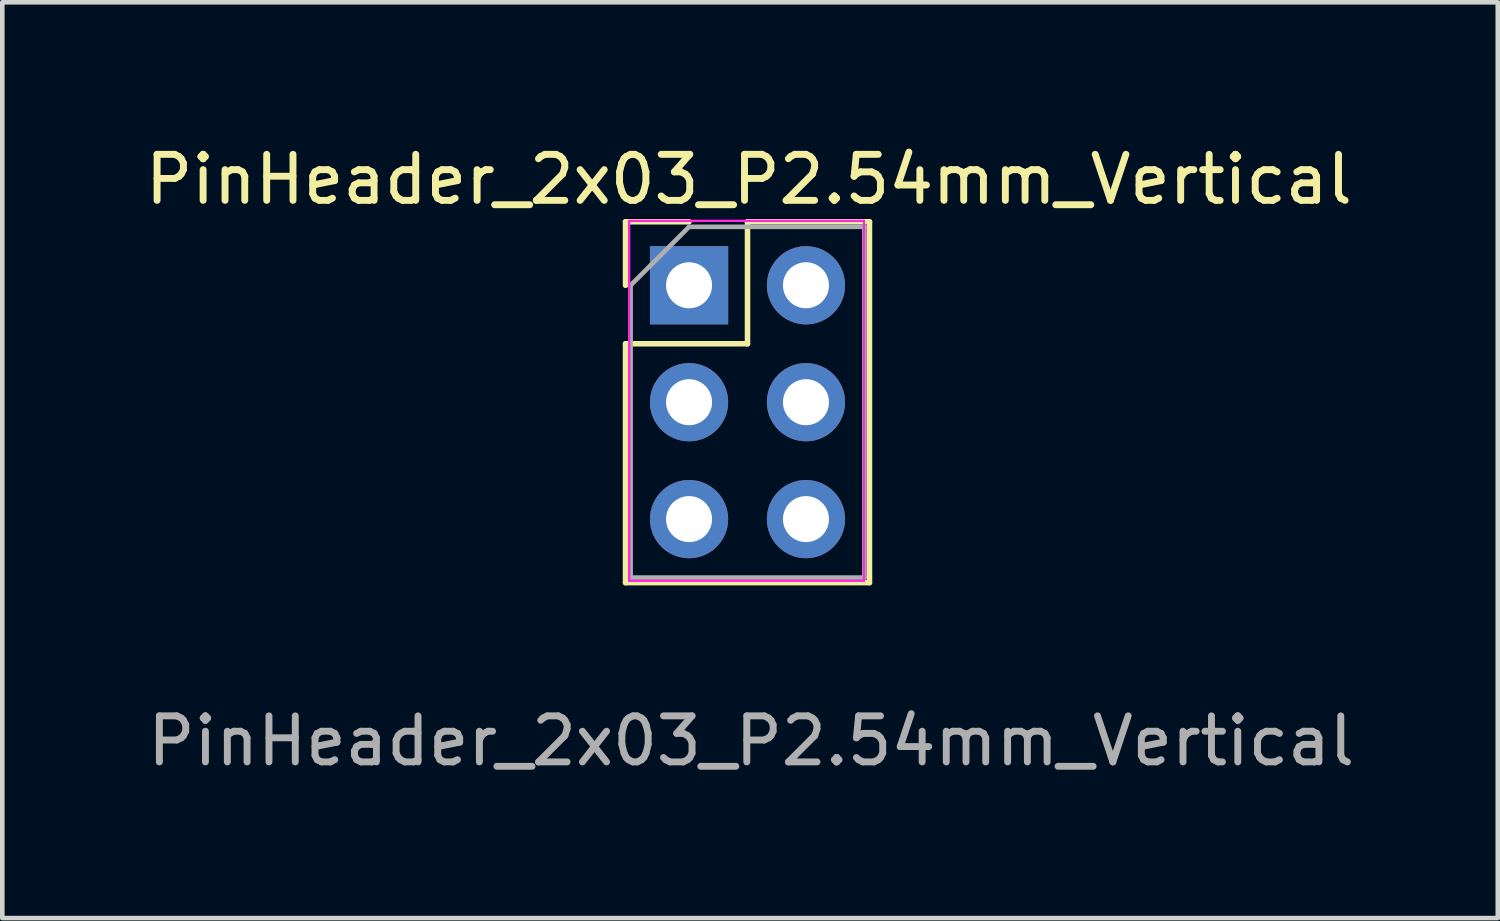
<source format=kicad_pcb>
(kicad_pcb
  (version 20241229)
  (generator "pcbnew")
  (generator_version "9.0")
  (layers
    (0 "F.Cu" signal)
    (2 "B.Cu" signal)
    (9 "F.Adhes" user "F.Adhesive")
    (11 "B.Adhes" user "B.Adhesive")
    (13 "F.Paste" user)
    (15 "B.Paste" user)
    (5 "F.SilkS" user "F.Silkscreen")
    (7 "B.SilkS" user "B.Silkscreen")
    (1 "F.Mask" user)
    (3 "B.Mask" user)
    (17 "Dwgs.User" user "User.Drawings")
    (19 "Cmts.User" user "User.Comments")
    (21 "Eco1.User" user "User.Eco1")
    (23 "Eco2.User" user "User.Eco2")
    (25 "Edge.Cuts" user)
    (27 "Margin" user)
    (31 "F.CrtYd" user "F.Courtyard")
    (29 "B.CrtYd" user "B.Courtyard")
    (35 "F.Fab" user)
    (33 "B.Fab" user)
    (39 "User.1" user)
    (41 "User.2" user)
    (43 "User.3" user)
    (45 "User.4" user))
  (footprint "PinHeader_2x03_P2.54mm_Vertical"
    (layer "F.Cu")
    (at 11.92 3.148)
    (property "Reference" "PinHeader_2x03_P2.54mm_Vertical" (at 1.3 -2.3 0) (layer "F.SilkS") (effects (font (size 1 1) (thickness 0.15))))
    (attr through_hole)
    (fp_line (start -1.38 -1.38) (end 0 -1.38) (stroke (width 0.12) (type solid)) (layer "F.SilkS"))
    (fp_line (start -1.38 0) (end -1.38 -1.38) (stroke (width 0.12) (type solid)) (layer "F.SilkS"))
    (fp_line (start -1.38 1.27) (end -1.38 6.46) (stroke (width 0.12) (type solid)) (layer "F.SilkS"))
    (fp_line (start -1.38 1.27) (end 1.27 1.27) (stroke (width 0.12) (type solid)) (layer "F.SilkS"))
    (fp_line (start -1.38 6.46) (end 3.92 6.46) (stroke (width 0.12) (type solid)) (layer "F.SilkS"))
    (fp_line (start 1.27 -1.38) (end 3.92 -1.38) (stroke (width 0.12) (type solid)) (layer "F.SilkS"))
    (fp_line (start 1.27 1.27) (end 1.27 -1.38) (stroke (width 0.12) (type solid)) (layer "F.SilkS"))
    (fp_line (start 3.92 -1.38) (end 3.92 6.46) (stroke (width 0.12) (type solid)) (layer "F.SilkS"))
    (fp_line (start -1.3 -1.4) (end -1.3 6.42) (stroke (width 0.05) (type solid)) (layer "F.CrtYd"))
    (fp_line (start -1.3 6.42) (end 3.8 6.42) (stroke (width 0.05) (type solid)) (layer "F.CrtYd"))
    (fp_line (start 3.8 -1.4) (end -1.3 -1.4) (stroke (width 0.05) (type solid)) (layer "F.CrtYd"))
    (fp_line (start 3.8 6.42) (end 3.8 -1.4) (stroke (width 0.05) (type solid)) (layer "F.CrtYd"))
    (fp_line (start -1.27 0) (end 0 -1.27) (stroke (width 0.1) (type solid)) (layer "F.Fab"))
    (fp_line (start -1.27 6.35) (end -1.27 0) (stroke (width 0.1) (type solid)) (layer "F.Fab"))
    (fp_line (start 0 -1.27) (end 3.81 -1.27) (stroke (width 0.1) (type solid)) (layer "F.Fab"))
    (fp_line (start 3.81 -1.27) (end 3.81 6.35) (stroke (width 0.1) (type solid)) (layer "F.Fab"))
    (fp_line (start 3.81 6.35) (end -1.27 6.35) (stroke (width 0.1) (type solid)) (layer "F.Fab"))
    (fp_text user "${REFERENCE}" (at 1.35 9.9 180) (layer "F.Fab") (effects (font (size 1 1) (thickness 0.15))))
    (pad "1" thru_hole rect (at 0 0) (size 1.7 1.7) (drill 1) (layers "*.Cu" "*.Mask"))
    (pad "2" thru_hole circle (at 2.54 0) (size 1.7 1.7) (drill 1) (layers "*.Cu" "*.Mask"))
    (pad "3" thru_hole circle (at 0 2.54) (size 1.7 1.7) (drill 1) (layers "*.Cu" "*.Mask"))
    (pad "4" thru_hole circle (at 2.54 2.54) (size 1.7 1.7) (drill 1) (layers "*.Cu" "*.Mask"))
    (pad "5" thru_hole circle (at 0 5.08) (size 1.7 1.7) (drill 1) (layers "*.Cu" "*.Mask"))
    (pad "6" thru_hole circle (at 2.54 5.08) (size 1.7 1.7) (drill 1) (layers "*.Cu" "*.Mask")))
  (gr_rect
    (start -3 -3)
    (end 29.49 16.896)
    (stroke (width 0.1) (type default))
    (fill no)
    (layer "Edge.Cuts")))
</source>
